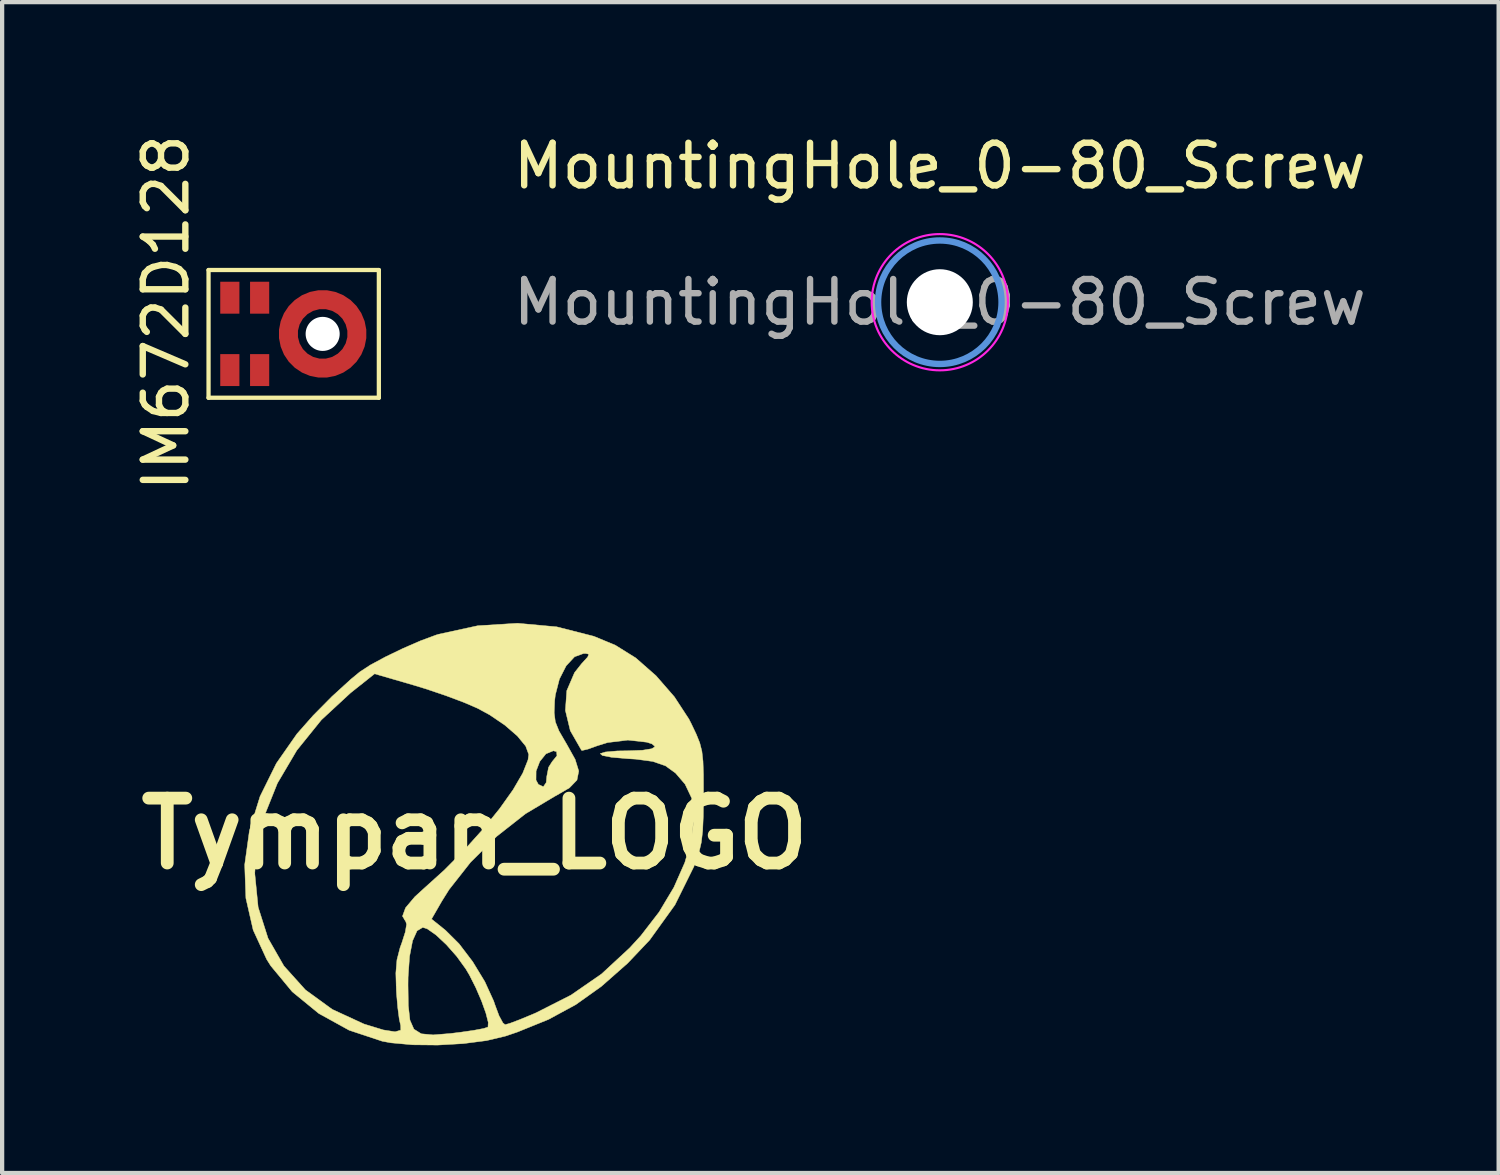
<source format=kicad_pcb>
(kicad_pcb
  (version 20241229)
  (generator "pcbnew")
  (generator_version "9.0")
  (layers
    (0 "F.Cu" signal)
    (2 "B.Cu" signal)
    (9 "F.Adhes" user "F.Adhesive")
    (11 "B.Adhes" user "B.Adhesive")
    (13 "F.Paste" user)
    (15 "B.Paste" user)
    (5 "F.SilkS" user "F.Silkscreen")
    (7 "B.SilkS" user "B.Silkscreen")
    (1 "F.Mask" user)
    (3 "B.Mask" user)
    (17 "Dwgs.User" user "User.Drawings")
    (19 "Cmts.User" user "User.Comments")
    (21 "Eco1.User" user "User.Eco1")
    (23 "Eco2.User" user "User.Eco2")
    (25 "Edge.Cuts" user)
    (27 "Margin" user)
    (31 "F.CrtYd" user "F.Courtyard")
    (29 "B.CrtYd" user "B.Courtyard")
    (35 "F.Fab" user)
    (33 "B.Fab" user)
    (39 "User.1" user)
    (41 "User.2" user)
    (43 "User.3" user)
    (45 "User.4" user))
  (footprint "MountingHole_0-80_Screw"
    (layer "F.Cu")
    (at 19.023 4.048)
    (property "Reference" "MountingHole_0-80_Screw" (at 0 -3.2 0) (layer "F.SilkS") (effects (font (size 1 1) (thickness 0.15))))
    (attr exclude_from_pos_files exclude_from_bom)
    (fp_circle (center 0 0) (end 1.45 0) (stroke (width 0.15) (type solid)) (fill no) (layer "Cmts.User"))
    (fp_circle (center 0 0) (end 1.6 0) (stroke (width 0.05) (type solid)) (fill no) (layer "F.CrtYd"))
    (fp_text user "${REFERENCE}" (at 0 0 0) (layer "F.Fab") (effects (font (size 1 1) (thickness 0.15))))
    (pad "" np_thru_hole circle (at 0 0) (size 1.55 1.55) (drill 1.55) (layers "*.Cu" "*.Mask")))
  (footprint "IM672D128"
    (layer "F.Cu")
    (at 4.528 4.792)
    (property "Reference" "IM672D128" (at -3.68 -0.5 90) (layer "F.SilkS") (effects (font (size 1 1) (thickness 0.15))))
    (attr through_hole)
    (fp_line (start -2.68 -1.5) (end 1.32 -1.5) (stroke (width 0.1) (type solid)) (layer "F.SilkS"))
    (fp_line (start -2.68 1.5) (end -2.68 -1.5) (stroke (width 0.1) (type solid)) (layer "F.SilkS"))
    (fp_line (start 1.32 -1.5) (end 1.32 1.5) (stroke (width 0.1) (type solid)) (layer "F.SilkS"))
    (fp_line (start 1.32 1.5) (end -2.68 1.5) (stroke (width 0.1) (type solid)) (layer "F.SilkS"))
    (fp_line (start -2.18 -0.75) (end -2.18 -0.95) (stroke (width 0.4) (type solid)) (layer "F.Paste"))
    (fp_line (start -2.18 0.95) (end -2.18 0.75) (stroke (width 0.4) (type solid)) (layer "F.Paste"))
    (fp_line (start -1.48 -0.75) (end -1.48 -0.95) (stroke (width 0.4) (type solid)) (layer "F.Paste"))
    (fp_line (start -1.48 0.95) (end -1.48 0.75) (stroke (width 0.4) (type solid)) (layer "F.Paste"))
    (fp_arc (start -0.802289 0.054135) (mid -0.794989 -0.120795) (end -0.749999 -0.289999) (stroke (width 0.4) (type solid)) (layer "F.Paste"))
    (fp_arc (start -0.448027 -0.667735) (mid -0.292882 -0.748878) (end -0.123853 -0.794518) (stroke (width 0.4) (type solid)) (layer "F.Paste"))
    (fp_arc (start -0.354262 0.72187) (mid -0.502106 0.628082) (end -0.626146 0.504519) (stroke (width 0.4) (type solid)) (layer "F.Paste"))
    (fp_arc (start 0.354262 -0.72187) (mid 0.502106 -0.628082) (end 0.626146 -0.504519) (stroke (width 0.4) (type solid)) (layer "F.Paste"))
    (fp_arc (start 0.448027 0.667735) (mid 0.292882 0.748878) (end 0.123853 0.794518) (stroke (width 0.4) (type solid)) (layer "F.Paste"))
    (fp_arc (start 0.802289 -0.054135) (mid 0.794989 0.120795) (end 0.749999 0.289999) (stroke (width 0.4) (type solid)) (layer "F.Paste"))
    (pad "" np_thru_hole circle (at 0 0) (size 0.8 0.8) (drill 0.8) (layers "*.Cu" "*.Mask"))
    (pad "1" smd rect (at -2.18 -0.85) (size 0.45 0.75) (layers "F.Cu" "F.Mask"))
    (pad "2" smd rect (at -1.48 -0.85) (size 0.45 0.75) (layers "F.Cu" "F.Mask"))
    (pad "3" smd rect (at -2.18 0.85) (size 0.45 0.75) (layers "F.Cu" "F.Mask"))
    (pad "4" smd rect (at -1.48 0.85) (size 0.45 0.75) (layers "F.Cu" "F.Mask"))
    (pad "5" smd custom (at 0.805 0) (size 0.4 0.4) (layers "F.Cu" "F.Mask") (options (anchor circle)) (primitives (gr_circle (center -0.805 0) (end 0 0) (width 0.45) (fill no)))))
  (footprint "Tympan_LOGO"
    (layer "F.Cu")
    (at 8.099 16.53)
    (property "Reference" "Tympan_LOGO" (at 0 0 0) (layer "F.SilkS") (effects (font (size 1.524 1.524) (thickness 0.3))))
    (attr through_hole)
    (fp_poly (pts (xy 1.927 -4.858) (xy 2.798 -4.636) (xy 3.302 -4.427) (xy 3.782 -4.128) (xy 4.259 -3.709) (xy 4.689 -3.215) (xy 5.031 -2.692) (xy 5.087 -2.582) (xy 5.205 -2.334) (xy 5.286 -2.132) (xy 5.336 -1.935) (xy 5.362 -1.701) (xy 5.373 -1.387) (xy 5.374 -0.95) (xy 5.374 -0.889) (xy 5.369 -0.415) (xy 5.354 -0.066) (xy 5.323 0.202) (xy 5.269 0.434) (xy 5.187 0.675) (xy 5.148 0.773) (xy 4.703 1.673) (xy 4.11 2.497) (xy 3.592 3.043) (xy 2.974 3.588) (xy 2.373 4.016) (xy 1.733 4.363) (xy 1 4.66) (xy 0.72 4.755) (xy 0.277 4.86) (xy -0.272 4.931) (xy -0.87 4.965) (xy -1.455 4.959) (xy -1.97 4.912) (xy -2.17 4.875) (xy -2.948 4.617) (xy -3.662 4.223) (xy -4.285 3.713) (xy -4.789 3.105) (xy -4.886 2.951) (xy -5.203 2.263) (xy -5.374 1.515) (xy -5.395 0.934) (xy -5.165 0.934) (xy -5.086 1.727) (xy -4.854 2.456) (xy -4.481 3.107) (xy -3.975 3.669) (xy -3.345 4.127) (xy -2.601 4.47) (xy -2.573 4.479) (xy -2.148 4.609) (xy -1.869 4.653) (xy -1.736 4.614) (xy -1.738 4.508) (xy -1.772 4.356) (xy -1.807 4.088) (xy -1.836 3.755) (xy -1.84 3.683) (xy -1.844 3.556) (xy -1.566 3.556) (xy -1.559 4.041) (xy -1.521 4.379) (xy -1.428 4.591) (xy -1.254 4.7) (xy -0.976 4.726) (xy -0.568 4.693) (xy -0.311 4.661) (xy -0.015 4.618) (xy 0.208 4.576) (xy 0.311 4.543) (xy 0.312 4.543) (xy 0.318 4.431) (xy 0.262 4.212) (xy 0.159 3.926) (xy 0.025 3.615) (xy -0.124 3.32) (xy -0.21 3.175) (xy -0.423 2.881) (xy -0.668 2.604) (xy -0.91 2.378) (xy -1.116 2.234) (xy -1.22 2.201) (xy -1.354 2.282) (xy -1.459 2.515) (xy -1.53 2.883) (xy -1.564 3.37) (xy -1.566 3.556) (xy -1.844 3.556) (xy -1.852 3.275) (xy -1.826 2.963) (xy -1.753 2.679) (xy -1.71 2.561) (xy -1.63 2.311) (xy -1.6 2.13) (xy -1.617 2.069) (xy -1.655 2.005) (xy -1.014 2.005) (xy -0.686 2.269) (xy -0.368 2.585) (xy -0.047 3.007) (xy 0.237 3.474) (xy 0.445 3.929) (xy 0.479 4.028) (xy 0.572 4.277) (xy 0.662 4.443) (xy 0.714 4.486) (xy 0.829 4.454) (xy 1.056 4.368) (xy 1.351 4.246) (xy 1.442 4.207) (xy 2.262 3.791) (xy 2.979 3.295) (xy 3.641 2.682) (xy 3.902 2.397) (xy 4.331 1.841) (xy 4.678 1.261) (xy 4.934 0.681) (xy 5.095 0.123) (xy 5.152 -0.389) (xy 5.098 -0.831) (xy 4.941 -1.162) (xy 4.717 -1.423) (xy 4.48 -1.594) (xy 4.185 -1.696) (xy 3.785 -1.75) (xy 3.602 -1.761) (xy 3.217 -1.794) (xy 2.999 -1.836) (xy 2.949 -1.88) (xy 3.066 -1.918) (xy 3.35 -1.943) (xy 3.603 -1.947) (xy 3.944 -1.96) (xy 4.159 -1.995) (xy 4.237 -2.046) (xy 4.165 -2.108) (xy 4.043 -2.148) (xy 3.598 -2.198) (xy 3.122 -2.14) (xy 2.877 -2.064) (xy 2.664 -1.987) (xy 2.529 -1.955) (xy 2.509 -1.958) (xy 2.245 -2.419) (xy 2.13 -2.895) (xy 2.163 -3.359) (xy 2.345 -3.783) (xy 2.512 -3.994) (xy 2.653 -4.148) (xy 2.681 -4.216) (xy 2.604 -4.233) (xy 2.56 -4.233) (xy 2.346 -4.155) (xy 2.148 -3.942) (xy 1.99 -3.632) (xy 1.894 -3.259) (xy 1.878 -3.122) (xy 1.867 -2.839) (xy 1.894 -2.626) (xy 1.979 -2.414) (xy 2.14 -2.136) (xy 2.154 -2.113) (xy 2.359 -1.745) (xy 2.444 -1.471) (xy 2.402 -1.259) (xy 2.226 -1.077) (xy 1.91 -0.893) (xy 1.891 -0.884) (xy 1.192 -0.467) (xy 0.516 0.064) (xy -0.096 0.67) (xy -0.601 1.312) (xy -0.769 1.58) (xy -1.014 2.005) (xy -1.655 2.005) (xy -1.696 1.938) (xy -1.624 1.741) (xy -1.406 1.482) (xy -1.208 1.301) (xy -0.713 0.854) (xy -0.238 0.376) (xy 0.201 -0.112) (xy 0.586 -0.588) (xy 0.901 -1.031) (xy 1.034 -1.259) (xy 1.44 -1.259) (xy 1.496 -1.157) (xy 1.612 -1.102) (xy 1.68 -1.202) (xy 1.693 -1.344) (xy 1.735 -1.559) (xy 1.82 -1.693) (xy 1.932 -1.83) (xy 1.923 -1.926) (xy 1.848 -1.947) (xy 1.673 -1.875) (xy 1.529 -1.696) (xy 1.442 -1.471) (xy 1.44 -1.259) (xy 1.034 -1.259) (xy 1.128 -1.42) (xy 1.252 -1.732) (xy 1.27 -1.859) (xy 1.198 -2.056) (xy 1.001 -2.295) (xy 0.709 -2.548) (xy 0.353 -2.79) (xy 0.067 -2.945) (xy -0.258 -3.085) (xy -0.682 -3.244) (xy -1.14 -3.399) (xy -1.422 -3.485) (xy -2.351 -3.755) (xy -2.917 -3.305) (xy -3.601 -2.672) (xy -4.178 -1.957) (xy -4.634 -1.184) (xy -4.957 -0.377) (xy -5.134 0.44) (xy -5.165 0.934) (xy -5.395 0.934) (xy -5.402 0.729) (xy -5.29 -0.075) (xy -5.041 -0.876) (xy -4.658 -1.652) (xy -4.174 -2.345) (xy -3.797 -2.772) (xy -3.354 -3.22) (xy -2.909 -3.626) (xy -2.699 -3.799) (xy -2.453 -3.96) (xy -2.099 -4.151) (xy -1.689 -4.349) (xy -1.275 -4.529) (xy -0.909 -4.665) (xy -0.847 -4.684) (xy 0.072 -4.884) (xy 1.007 -4.942) (xy 1.927 -4.858)) (stroke (width 0.01) (type solid)) (fill yes) (layer "F.SilkS")))
  (gr_rect
    (start -3 -3)
    (end 32.148 24.5)
    (stroke (width 0.1) (type default))
    (fill no)
    (layer "Edge.Cuts")))
</source>
